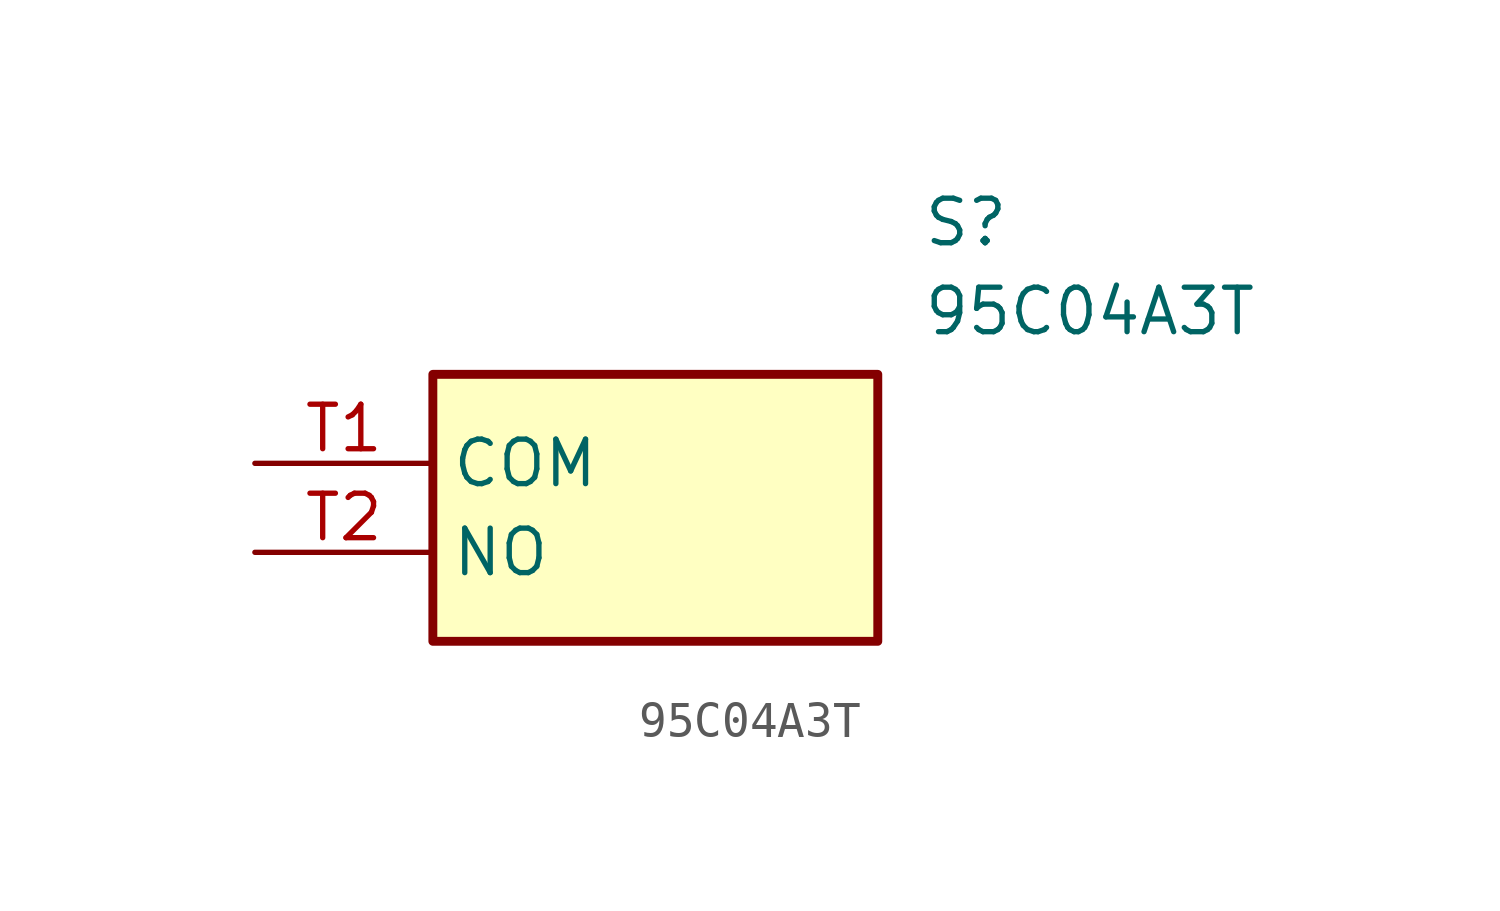
<source format=kicad_sym>
(kicad_symbol_lib
  (version 20211014)
  (generator SamacSys_ECAD_Model)
  (symbol "95C04A3T"
    (property "Reference" "S"
      (at 19.05 7.62 0)
      (effects (font (size 1.27 1.27)) (justify left top)))
    (property "Value" "95C04A3T"
      (at 19.05 5.08 0)
      (effects (font (size 1.27 1.27)) (justify left top)))
    (rectangle
      (start 5.08 2.54)
      (end 17.78 -5.08)
      (stroke (width 0.254) (type default))
      (fill (type background)))
    (pin passive line
      (at 0 0 0)
      (length 5.08)
      (name "COM" (effects (font (size 1.27 1.27))))
      (number "T1" (effects (font (size 1.27 1.27)))))
    (pin passive line
      (at 0 -2.54 0)
      (length 5.08)
      (name "NO" (effects (font (size 1.27 1.27))))
      (number "T2" (effects (font (size 1.27 1.27)))))))
</source>
